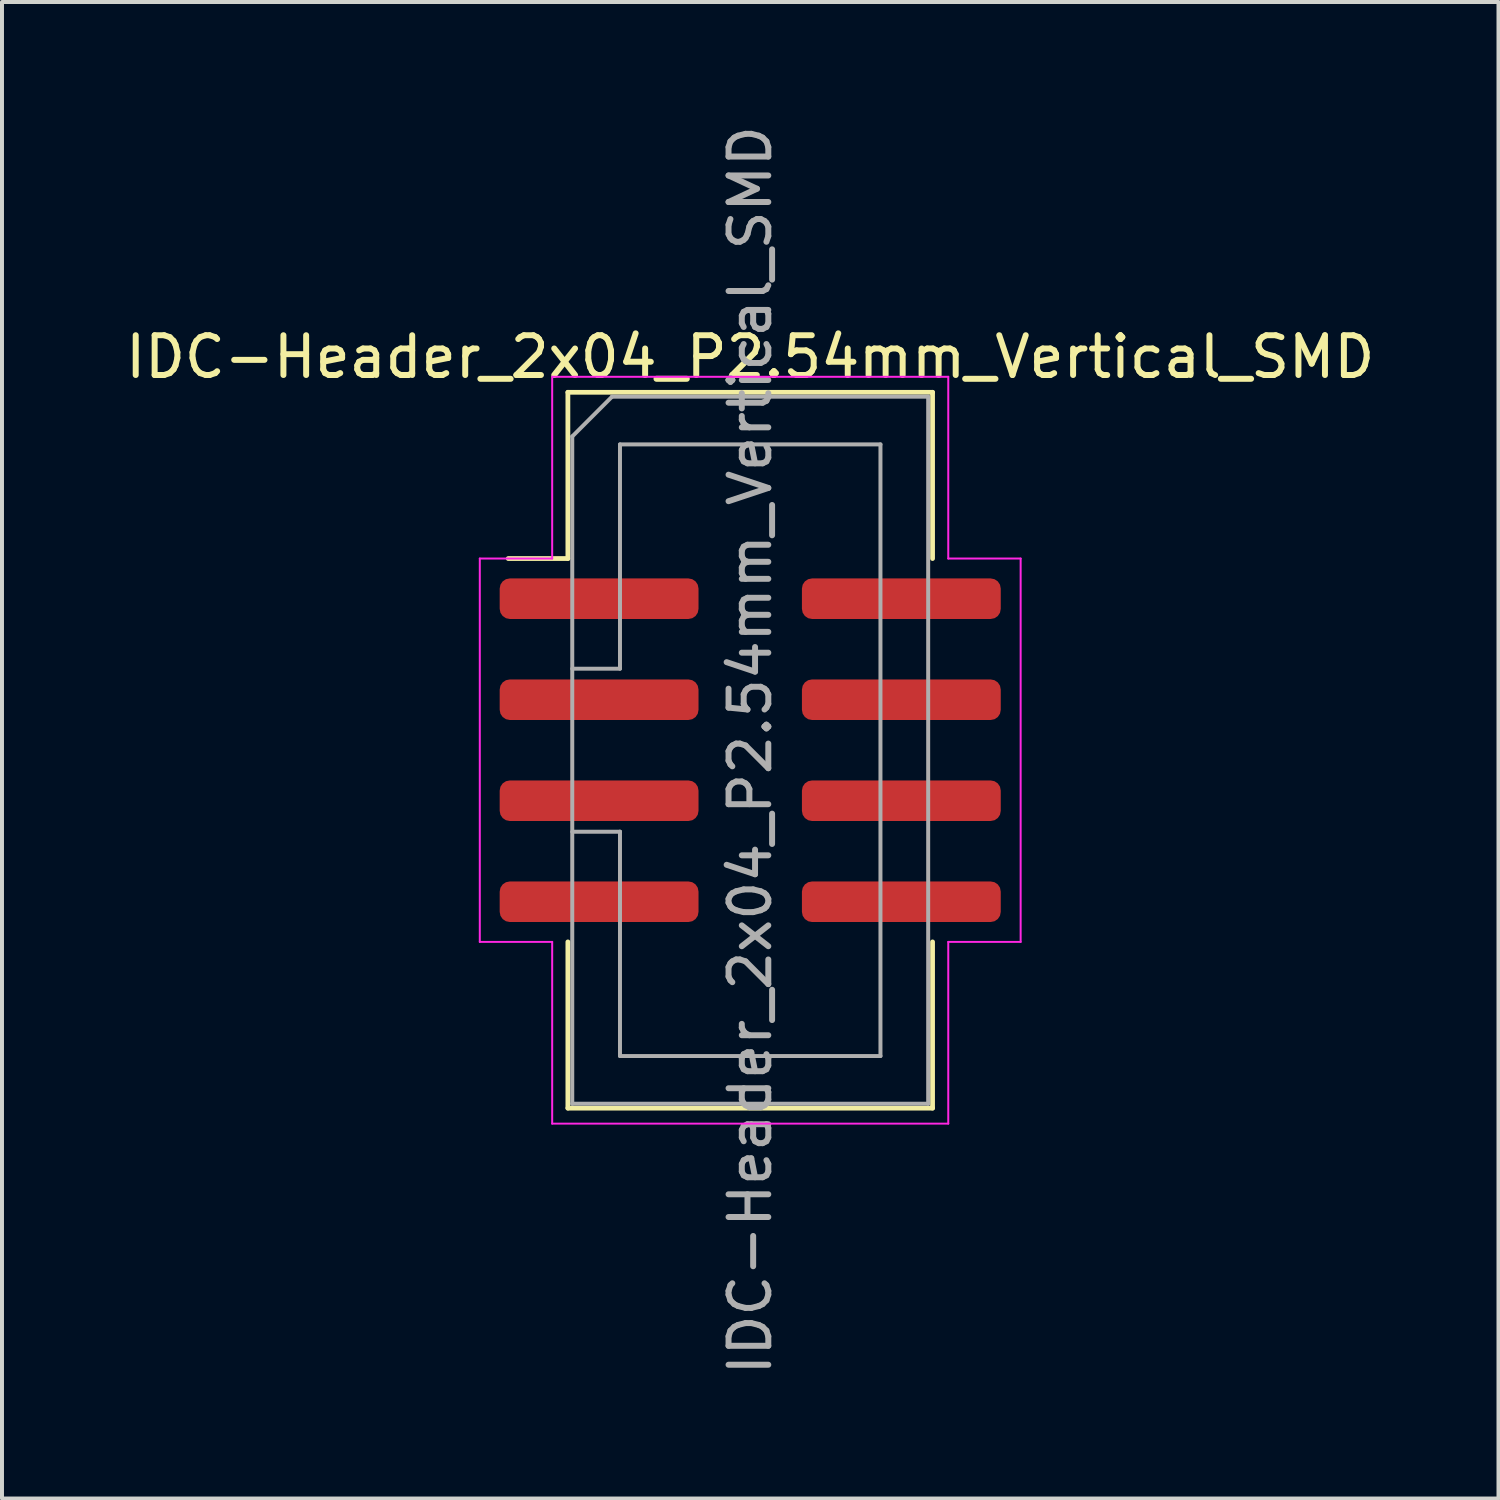
<source format=kicad_pcb>
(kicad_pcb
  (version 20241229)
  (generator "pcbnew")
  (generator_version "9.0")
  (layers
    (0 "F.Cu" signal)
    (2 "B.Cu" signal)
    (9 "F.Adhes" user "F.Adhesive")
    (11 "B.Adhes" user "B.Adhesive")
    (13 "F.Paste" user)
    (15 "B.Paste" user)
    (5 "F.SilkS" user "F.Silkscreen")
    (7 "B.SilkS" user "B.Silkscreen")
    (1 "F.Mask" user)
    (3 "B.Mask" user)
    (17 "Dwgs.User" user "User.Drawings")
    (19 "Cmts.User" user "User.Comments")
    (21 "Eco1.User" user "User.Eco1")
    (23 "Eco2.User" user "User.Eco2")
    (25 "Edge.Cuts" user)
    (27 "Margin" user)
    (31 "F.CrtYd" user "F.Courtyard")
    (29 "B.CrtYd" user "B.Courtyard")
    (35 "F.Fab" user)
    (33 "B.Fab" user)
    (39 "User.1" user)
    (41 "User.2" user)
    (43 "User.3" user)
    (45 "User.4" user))
  (footprint "IDC-Header_2x04_P2.54mm_Vertical_SMD"
    (layer "F.Cu")
    (at 15.815 15.815)
    (property "Reference" "IDC-Header_2x04_P2.54mm_Vertical_SMD" (at 0 -9.89 0) (layer "F.SilkS") (effects (font (size 1 1) (thickness 0.15))))
    (attr smd)
    (fp_line (start -4.585 -9) (end 4.585 -9) (stroke (width 0.12) (type solid)) (layer "F.SilkS"))
    (fp_line (start -4.585 -4.82) (end -6.085 -4.82) (stroke (width 0.12) (type solid)) (layer "F.SilkS"))
    (fp_line (start -4.585 -4.82) (end -4.585 -9) (stroke (width 0.12) (type solid)) (layer "F.SilkS"))
    (fp_line (start -4.585 4.82) (end -4.585 9) (stroke (width 0.12) (type solid)) (layer "F.SilkS"))
    (fp_line (start -4.585 9) (end 4.585 9) (stroke (width 0.12) (type solid)) (layer "F.SilkS"))
    (fp_line (start 4.585 -9) (end 4.585 -4.82) (stroke (width 0.12) (type solid)) (layer "F.SilkS"))
    (fp_line (start 4.585 9) (end 4.585 4.82) (stroke (width 0.12) (type solid)) (layer "F.SilkS"))
    (fp_line (start -6.8 -4.82) (end -6.8 4.82) (stroke (width 0.05) (type solid)) (layer "F.CrtYd"))
    (fp_line (start -6.8 4.82) (end -4.98 4.82) (stroke (width 0.05) (type solid)) (layer "F.CrtYd"))
    (fp_line (start -4.98 -9.39) (end -4.98 -4.82) (stroke (width 0.05) (type solid)) (layer "F.CrtYd"))
    (fp_line (start -4.98 -4.82) (end -6.8 -4.82) (stroke (width 0.05) (type solid)) (layer "F.CrtYd"))
    (fp_line (start -4.98 4.82) (end -4.98 9.39) (stroke (width 0.05) (type solid)) (layer "F.CrtYd"))
    (fp_line (start -4.98 9.39) (end 4.98 9.39) (stroke (width 0.05) (type solid)) (layer "F.CrtYd"))
    (fp_line (start 4.98 -9.39) (end -4.98 -9.39) (stroke (width 0.05) (type solid)) (layer "F.CrtYd"))
    (fp_line (start 4.98 -4.82) (end 4.98 -9.39) (stroke (width 0.05) (type solid)) (layer "F.CrtYd"))
    (fp_line (start 4.98 4.82) (end 6.8 4.82) (stroke (width 0.05) (type solid)) (layer "F.CrtYd"))
    (fp_line (start 4.98 9.39) (end 4.98 4.82) (stroke (width 0.05) (type solid)) (layer "F.CrtYd"))
    (fp_line (start 6.8 -4.82) (end 4.98 -4.82) (stroke (width 0.05) (type solid)) (layer "F.CrtYd"))
    (fp_line (start 6.8 4.82) (end 6.8 -4.82) (stroke (width 0.05) (type solid)) (layer "F.CrtYd"))
    (fp_line (start -4.475 -7.89) (end -3.475 -8.89) (stroke (width 0.1) (type solid)) (layer "F.Fab"))
    (fp_line (start -4.475 -2.05) (end -3.275 -2.05) (stroke (width 0.1) (type solid)) (layer "F.Fab"))
    (fp_line (start -4.475 8.89) (end -4.475 -7.89) (stroke (width 0.1) (type solid)) (layer "F.Fab"))
    (fp_line (start -3.475 -8.89) (end 4.475 -8.89) (stroke (width 0.1) (type solid)) (layer "F.Fab"))
    (fp_line (start -3.275 -7.69) (end 3.275 -7.69) (stroke (width 0.1) (type solid)) (layer "F.Fab"))
    (fp_line (start -3.275 -2.05) (end -3.275 -7.69) (stroke (width 0.1) (type solid)) (layer "F.Fab"))
    (fp_line (start -3.275 2.05) (end -4.475 2.05) (stroke (width 0.1) (type solid)) (layer "F.Fab"))
    (fp_line (start -3.275 2.05) (end -3.275 2.05) (stroke (width 0.1) (type solid)) (layer "F.Fab"))
    (fp_line (start -3.275 7.69) (end -3.275 2.05) (stroke (width 0.1) (type solid)) (layer "F.Fab"))
    (fp_line (start 3.275 -7.69) (end 3.275 7.69) (stroke (width 0.1) (type solid)) (layer "F.Fab"))
    (fp_line (start 3.275 7.69) (end -3.275 7.69) (stroke (width 0.1) (type solid)) (layer "F.Fab"))
    (fp_line (start 4.475 -8.89) (end 4.475 8.89) (stroke (width 0.1) (type solid)) (layer "F.Fab"))
    (fp_line (start 4.475 8.89) (end -4.475 8.89) (stroke (width 0.1) (type solid)) (layer "F.Fab"))
    (fp_text user "${REFERENCE}" (at 0 0 90) (layer "F.Fab") (effects (font (size 1 1) (thickness 0.15))))
    (pad "1" smd roundrect (at -3.8 -3.81) (size 5 1.02) (layers "F.Cu" "F.Mask" "F.Paste") (roundrect_rratio 0.25))
    (pad "2" smd roundrect (at 3.8 -3.81) (size 5 1.02) (layers "F.Cu" "F.Mask" "F.Paste") (roundrect_rratio 0.25))
    (pad "3" smd roundrect (at -3.8 -1.27) (size 5 1.02) (layers "F.Cu" "F.Mask" "F.Paste") (roundrect_rratio 0.25))
    (pad "4" smd roundrect (at 3.8 -1.27) (size 5 1.02) (layers "F.Cu" "F.Mask" "F.Paste") (roundrect_rratio 0.25))
    (pad "5" smd roundrect (at -3.8 1.27) (size 5 1.02) (layers "F.Cu" "F.Mask" "F.Paste") (roundrect_rratio 0.25))
    (pad "6" smd roundrect (at 3.8 1.27) (size 5 1.02) (layers "F.Cu" "F.Mask" "F.Paste") (roundrect_rratio 0.25))
    (pad "7" smd roundrect (at -3.8 3.81) (size 5 1.02) (layers "F.Cu" "F.Mask" "F.Paste") (roundrect_rratio 0.25))
    (pad "8" smd roundrect (at 3.8 3.81) (size 5 1.02) (layers "F.Cu" "F.Mask" "F.Paste") (roundrect_rratio 0.25)))
  (gr_rect
    (start -3 -3)
    (end 34.631 34.631)
    (stroke (width 0.1) (type default))
    (fill no)
    (layer "Edge.Cuts")))
</source>
